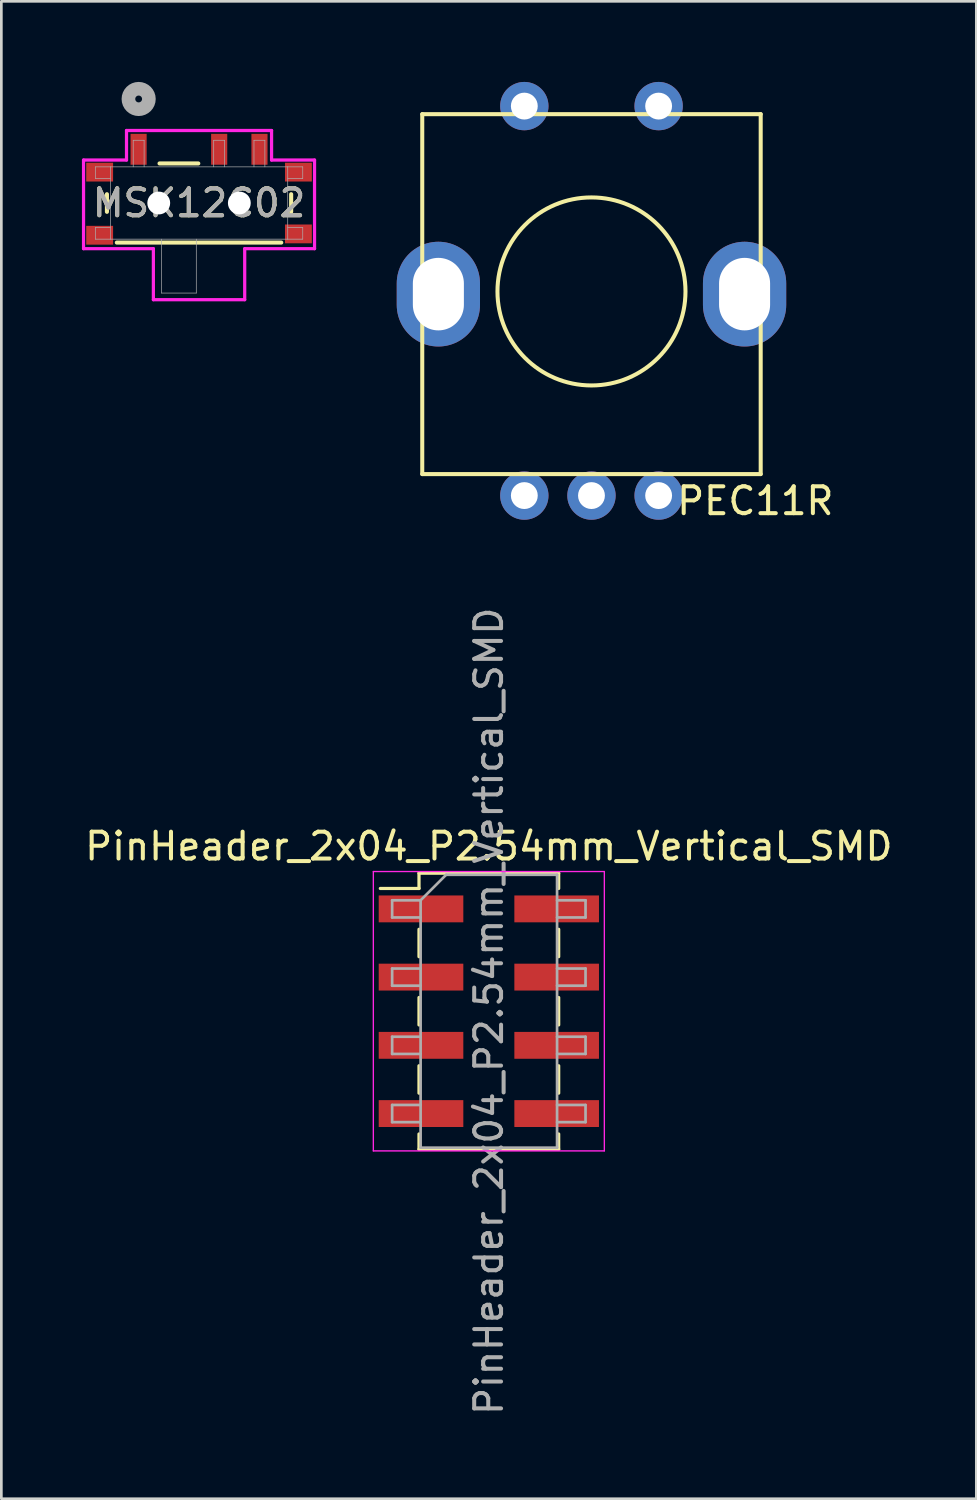
<source format=kicad_pcb>
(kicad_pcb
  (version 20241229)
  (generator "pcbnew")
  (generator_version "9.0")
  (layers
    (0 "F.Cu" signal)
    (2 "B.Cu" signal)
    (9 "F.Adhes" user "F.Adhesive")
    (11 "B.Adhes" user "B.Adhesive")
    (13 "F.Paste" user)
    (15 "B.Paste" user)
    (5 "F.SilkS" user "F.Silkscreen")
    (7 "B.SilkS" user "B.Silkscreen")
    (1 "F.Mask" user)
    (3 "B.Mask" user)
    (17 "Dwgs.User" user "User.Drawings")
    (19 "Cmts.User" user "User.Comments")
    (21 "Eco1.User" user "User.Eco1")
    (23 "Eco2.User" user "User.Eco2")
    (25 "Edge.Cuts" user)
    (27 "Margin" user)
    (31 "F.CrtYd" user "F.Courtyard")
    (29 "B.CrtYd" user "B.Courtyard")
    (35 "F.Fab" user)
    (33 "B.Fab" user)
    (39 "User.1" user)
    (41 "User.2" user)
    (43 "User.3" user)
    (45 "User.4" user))
  (footprint "PEC11R"
    (layer "F.Cu")
    (at 18.97 7.9)
    (property "Reference" "PEC11R" (at 6.1 7.7 0) (layer "F.SilkS") (effects (font (size 1 1) (thickness 0.15))))
    (attr through_hole)
    (fp_line (start -6.3 -6.7) (end 6.3 -6.7) (stroke (width 0.15) (type solid)) (layer "F.SilkS"))
    (fp_line (start -6.3 6.7) (end -6.3 -6.7) (stroke (width 0.15) (type solid)) (layer "F.SilkS"))
    (fp_line (start 6.3 -6.7) (end 6.3 6.7) (stroke (width 0.15) (type solid)) (layer "F.SilkS"))
    (fp_line (start 6.3 6.7) (end -6.3 6.7) (stroke (width 0.15) (type solid)) (layer "F.SilkS"))
    (fp_circle (center 0 -0.1) (end 0 3.4) (stroke (width 0.15) (type solid)) (fill no) (layer "F.SilkS"))
    (pad "A" thru_hole circle (at -2.5 7.5) (size 1.8 1.8) (drill 1) (layers "*.Cu" "*.Mask"))
    (pad "B" thru_hole circle (at 2.5 7.5) (size 1.8 1.8) (drill 1) (layers "*.Cu" "*.Mask"))
    (pad "C" thru_hole circle (at 0 7.5) (size 1.8 1.8) (drill 1) (layers "*.Cu" "*.Mask"))
    (pad "GND" thru_hole oval (at -5.7 0) (size 3.1 3.9) (drill oval 1.9 2.7) (layers "*.Cu" "*.Mask"))
    (pad "GND" thru_hole oval (at 5.7 0) (size 3.1 3.9) (drill oval 1.9 2.7) (layers "*.Cu" "*.Mask"))
    (pad "S1" thru_hole circle (at -2.5 -7) (size 1.8 1.8) (drill 1) (layers "*.Cu" "*.Mask"))
    (pad "S2" thru_hole circle (at 2.5 -7) (size 1.8 1.8) (drill 1) (layers "*.Cu" "*.Mask")))
  (footprint "PinHeader_2x04_P2.54mm_Vertical_SMD"
    (layer "F.Cu")
    (at 15.149 34.597)
    (property "Reference" "PinHeader_2x04_P2.54mm_Vertical_SMD" (at 0 -6.14 0) (layer "F.SilkS") (effects (font (size 1 1) (thickness 0.15))))
    (attr smd)
    (fp_line (start -4.04 -4.57) (end -2.6 -4.57) (stroke (width 0.12) (type solid)) (layer "F.SilkS"))
    (fp_line (start -2.6 -5.14) (end -2.6 -4.57) (stroke (width 0.12) (type solid)) (layer "F.SilkS"))
    (fp_line (start -2.6 -5.14) (end 2.6 -5.14) (stroke (width 0.12) (type solid)) (layer "F.SilkS"))
    (fp_line (start -2.6 -3.05) (end -2.6 -2.03) (stroke (width 0.12) (type solid)) (layer "F.SilkS"))
    (fp_line (start -2.6 -0.51) (end -2.6 0.51) (stroke (width 0.12) (type solid)) (layer "F.SilkS"))
    (fp_line (start -2.6 2.03) (end -2.6 3.05) (stroke (width 0.12) (type solid)) (layer "F.SilkS"))
    (fp_line (start -2.6 4.57) (end -2.6 5.14) (stroke (width 0.12) (type solid)) (layer "F.SilkS"))
    (fp_line (start -2.6 5.14) (end 2.6 5.14) (stroke (width 0.12) (type solid)) (layer "F.SilkS"))
    (fp_line (start 2.6 -5.14) (end 2.6 -4.57) (stroke (width 0.12) (type solid)) (layer "F.SilkS"))
    (fp_line (start 2.6 -3.05) (end 2.6 -2.03) (stroke (width 0.12) (type solid)) (layer "F.SilkS"))
    (fp_line (start 2.6 -0.51) (end 2.6 0.51) (stroke (width 0.12) (type solid)) (layer "F.SilkS"))
    (fp_line (start 2.6 2.03) (end 2.6 3.05) (stroke (width 0.12) (type solid)) (layer "F.SilkS"))
    (fp_line (start 2.6 4.57) (end 2.6 5.14) (stroke (width 0.12) (type solid)) (layer "F.SilkS"))
    (fp_line (start -4.3 -5.2) (end -4.3 5.2) (stroke (width 0.05) (type solid)) (layer "F.CrtYd"))
    (fp_line (start -4.3 5.2) (end 4.3 5.2) (stroke (width 0.05) (type solid)) (layer "F.CrtYd"))
    (fp_line (start 4.3 -5.2) (end -4.3 -5.2) (stroke (width 0.05) (type solid)) (layer "F.CrtYd"))
    (fp_line (start 4.3 5.2) (end 4.3 -5.2) (stroke (width 0.05) (type solid)) (layer "F.CrtYd"))
    (fp_line (start -3.6 -4.13) (end -3.6 -3.49) (stroke (width 0.1) (type solid)) (layer "F.Fab"))
    (fp_line (start -3.6 -3.49) (end -2.54 -3.49) (stroke (width 0.1) (type solid)) (layer "F.Fab"))
    (fp_line (start -3.6 -1.59) (end -3.6 -0.95) (stroke (width 0.1) (type solid)) (layer "F.Fab"))
    (fp_line (start -3.6 -0.95) (end -2.54 -0.95) (stroke (width 0.1) (type solid)) (layer "F.Fab"))
    (fp_line (start -3.6 0.95) (end -3.6 1.59) (stroke (width 0.1) (type solid)) (layer "F.Fab"))
    (fp_line (start -3.6 1.59) (end -2.54 1.59) (stroke (width 0.1) (type solid)) (layer "F.Fab"))
    (fp_line (start -3.6 3.49) (end -3.6 4.13) (stroke (width 0.1) (type solid)) (layer "F.Fab"))
    (fp_line (start -3.6 4.13) (end -2.54 4.13) (stroke (width 0.1) (type solid)) (layer "F.Fab"))
    (fp_line (start -2.54 -4.13) (end -3.6 -4.13) (stroke (width 0.1) (type solid)) (layer "F.Fab"))
    (fp_line (start -2.54 -4.13) (end -1.59 -5.08) (stroke (width 0.1) (type solid)) (layer "F.Fab"))
    (fp_line (start -2.54 -1.59) (end -3.6 -1.59) (stroke (width 0.1) (type solid)) (layer "F.Fab"))
    (fp_line (start -2.54 0.95) (end -3.6 0.95) (stroke (width 0.1) (type solid)) (layer "F.Fab"))
    (fp_line (start -2.54 3.49) (end -3.6 3.49) (stroke (width 0.1) (type solid)) (layer "F.Fab"))
    (fp_line (start -2.54 5.08) (end -2.54 -4.13) (stroke (width 0.1) (type solid)) (layer "F.Fab"))
    (fp_line (start -1.59 -5.08) (end 2.54 -5.08) (stroke (width 0.1) (type solid)) (layer "F.Fab"))
    (fp_line (start 2.54 -5.08) (end 2.54 5.08) (stroke (width 0.1) (type solid)) (layer "F.Fab"))
    (fp_line (start 2.54 -4.13) (end 3.6 -4.13) (stroke (width 0.1) (type solid)) (layer "F.Fab"))
    (fp_line (start 2.54 -1.59) (end 3.6 -1.59) (stroke (width 0.1) (type solid)) (layer "F.Fab"))
    (fp_line (start 2.54 0.95) (end 3.6 0.95) (stroke (width 0.1) (type solid)) (layer "F.Fab"))
    (fp_line (start 2.54 3.49) (end 3.6 3.49) (stroke (width 0.1) (type solid)) (layer "F.Fab"))
    (fp_line (start 2.54 5.08) (end -2.54 5.08) (stroke (width 0.1) (type solid)) (layer "F.Fab"))
    (fp_line (start 3.6 -4.13) (end 3.6 -3.49) (stroke (width 0.1) (type solid)) (layer "F.Fab"))
    (fp_line (start 3.6 -3.49) (end 2.54 -3.49) (stroke (width 0.1) (type solid)) (layer "F.Fab"))
    (fp_line (start 3.6 -1.59) (end 3.6 -0.95) (stroke (width 0.1) (type solid)) (layer "F.Fab"))
    (fp_line (start 3.6 -0.95) (end 2.54 -0.95) (stroke (width 0.1) (type solid)) (layer "F.Fab"))
    (fp_line (start 3.6 0.95) (end 3.6 1.59) (stroke (width 0.1) (type solid)) (layer "F.Fab"))
    (fp_line (start 3.6 1.59) (end 2.54 1.59) (stroke (width 0.1) (type solid)) (layer "F.Fab"))
    (fp_line (start 3.6 3.49) (end 3.6 4.13) (stroke (width 0.1) (type solid)) (layer "F.Fab"))
    (fp_line (start 3.6 4.13) (end 2.54 4.13) (stroke (width 0.1) (type solid)) (layer "F.Fab"))
    (fp_text user "${REFERENCE}" (at 0 0 90) (layer "F.Fab") (effects (font (size 1 1) (thickness 0.15))))
    (pad "1" smd rect (at -2.525 -3.81) (size 3.15 1) (layers "F.Cu" "F.Mask" "F.Paste"))
    (pad "2" smd rect (at 2.525 -3.81) (size 3.15 1) (layers "F.Cu" "F.Mask" "F.Paste"))
    (pad "3" smd rect (at -2.525 -1.27) (size 3.15 1) (layers "F.Cu" "F.Mask" "F.Paste"))
    (pad "4" smd rect (at 2.525 -1.27) (size 3.15 1) (layers "F.Cu" "F.Mask" "F.Paste"))
    (pad "5" smd rect (at -2.525 1.27) (size 3.15 1) (layers "F.Cu" "F.Mask" "F.Paste"))
    (pad "6" smd rect (at 2.525 1.27) (size 3.15 1) (layers "F.Cu" "F.Mask" "F.Paste"))
    (pad "7" smd rect (at -2.525 3.81) (size 3.15 1) (layers "F.Cu" "F.Mask" "F.Paste"))
    (pad "8" smd rect (at 2.525 3.81) (size 3.15 1) (layers "F.Cu" "F.Mask" "F.Paste")))
  (footprint "MSK12C02"
    (layer "F.Cu")
    (at 4.36 4.508)
    (property "Reference" "MSK12C02" (at 0 0 0) (unlocked yes) (layer "F.SilkS") (effects (font (size 1 1) (thickness 0.15))))
    (attr smd)
    (fp_line (start -3.429 -0.328) (end -3.429 0.328) (stroke (width 0.152) (type solid)) (layer "F.SilkS"))
    (fp_line (start -3.061 1.473) (end 3.061 1.473) (stroke (width 0.152) (type solid)) (layer "F.SilkS"))
    (fp_line (start -0.028 -1.473) (end -1.471 -1.473) (stroke (width 0.152) (type solid)) (layer "F.SilkS"))
    (fp_line (start 3.429 0.328) (end 3.429 -0.328) (stroke (width 0.152) (type solid)) (layer "F.SilkS"))
    (fp_line (start -4.3 -1.6) (end -2.7 -1.6) (stroke (width 0.12) (type default)) (layer "F.CrtYd"))
    (fp_line (start -4.3 1.7) (end -4.3 -1.6) (stroke (width 0.12) (type default)) (layer "F.CrtYd"))
    (fp_line (start -2.7 -2.7) (end 2.7 -2.7) (stroke (width 0.12) (type default)) (layer "F.CrtYd"))
    (fp_line (start -2.7 -1.6) (end -2.7 -2.7) (stroke (width 0.12) (type default)) (layer "F.CrtYd"))
    (fp_line (start -1.7 1.7) (end -4.3 1.7) (stroke (width 0.12) (type solid)) (layer "F.CrtYd"))
    (fp_line (start -1.7 3.6) (end -1.7 1.7) (stroke (width 0.12) (type solid)) (layer "F.CrtYd"))
    (fp_line (start -1.7 3.6) (end 1.7 3.6) (stroke (width 0.12) (type solid)) (layer "F.CrtYd"))
    (fp_line (start 1.7 1.7) (end 4.3 1.7) (stroke (width 0.12) (type solid)) (layer "F.CrtYd"))
    (fp_line (start 1.7 3.6) (end 1.7 1.7) (stroke (width 0.12) (type solid)) (layer "F.CrtYd"))
    (fp_line (start 2.7 -2.7) (end 2.7 -1.6) (stroke (width 0.12) (type default)) (layer "F.CrtYd"))
    (fp_line (start 2.7 -1.6) (end 4.3 -1.6) (stroke (width 0.12) (type default)) (layer "F.CrtYd"))
    (fp_line (start 4.3 -1.6) (end 4.3 1.7) (stroke (width 0.12) (type default)) (layer "F.CrtYd"))
    (fp_line (start -3.861 -1.346) (end -3.861 -0.914) (stroke (width 0.025) (type solid)) (layer "F.Fab"))
    (fp_line (start -3.861 0.914) (end -3.302 0.914) (stroke (width 0.025) (type solid)) (layer "F.Fab"))
    (fp_line (start -3.861 1.346) (end -3.861 0.914) (stroke (width 0.025) (type solid)) (layer "F.Fab"))
    (fp_line (start -3.302 -1.346) (end -3.861 -1.346) (stroke (width 0.025) (type solid)) (layer "F.Fab"))
    (fp_line (start -3.302 -1.346) (end -3.302 1.346) (stroke (width 0.025) (type solid)) (layer "F.Fab"))
    (fp_line (start -3.302 -0.914) (end -3.861 -0.914) (stroke (width 0.025) (type solid)) (layer "F.Fab"))
    (fp_line (start -3.302 1.346) (end -3.861 1.346) (stroke (width 0.025) (type solid)) (layer "F.Fab"))
    (fp_line (start -3.302 1.346) (end 3.302 1.346) (stroke (width 0.025) (type solid)) (layer "F.Fab"))
    (fp_line (start -2.451 -2.337) (end -2.045 -2.337) (stroke (width 0.025) (type solid)) (layer "F.Fab"))
    (fp_line (start -2.451 -1.346) (end -2.451 -2.337) (stroke (width 0.025) (type solid)) (layer "F.Fab"))
    (fp_line (start -2.045 -2.337) (end -2.045 -1.346) (stroke (width 0.025) (type solid)) (layer "F.Fab"))
    (fp_line (start -1.397 1.346) (end -1.397 3.353) (stroke (width 0.025) (type solid)) (layer "F.Fab"))
    (fp_line (start -1.397 3.353) (end -0.102 3.353) (stroke (width 0.025) (type solid)) (layer "F.Fab"))
    (fp_line (start -0.102 3.353) (end -0.102 1.346) (stroke (width 0.025) (type solid)) (layer "F.Fab"))
    (fp_line (start 0.546 -2.337) (end 0.953 -2.337) (stroke (width 0.025) (type solid)) (layer "F.Fab"))
    (fp_line (start 0.546 -1.346) (end 0.546 -2.337) (stroke (width 0.025) (type solid)) (layer "F.Fab"))
    (fp_line (start 0.953 -2.337) (end 0.953 -1.346) (stroke (width 0.025) (type solid)) (layer "F.Fab"))
    (fp_line (start 2.045 -2.337) (end 2.451 -2.337) (stroke (width 0.025) (type solid)) (layer "F.Fab"))
    (fp_line (start 2.045 -1.346) (end 2.045 -2.337) (stroke (width 0.025) (type solid)) (layer "F.Fab"))
    (fp_line (start 2.451 -2.337) (end 2.451 -1.346) (stroke (width 0.025) (type solid)) (layer "F.Fab"))
    (fp_line (start 3.302 -1.346) (end -3.302 -1.346) (stroke (width 0.025) (type solid)) (layer "F.Fab"))
    (fp_line (start 3.302 -0.914) (end 3.861 -0.914) (stroke (width 0.025) (type solid)) (layer "F.Fab"))
    (fp_line (start 3.302 1.346) (end 3.302 -1.346) (stroke (width 0.025) (type solid)) (layer "F.Fab"))
    (fp_line (start 3.302 1.346) (end 3.861 1.346) (stroke (width 0.025) (type solid)) (layer "F.Fab"))
    (fp_line (start 3.861 -1.346) (end 3.302 -1.346) (stroke (width 0.025) (type solid)) (layer "F.Fab"))
    (fp_line (start 3.861 -0.914) (end 3.861 -1.346) (stroke (width 0.025) (type solid)) (layer "F.Fab"))
    (fp_line (start 3.861 0.914) (end 3.302 0.914) (stroke (width 0.025) (type solid)) (layer "F.Fab"))
    (fp_line (start 3.861 1.346) (end 3.861 0.914) (stroke (width 0.025) (type solid)) (layer "F.Fab"))
    (fp_circle (center -2.248 -3.873) (end -1.867 -3.873) (stroke (width 0.508) (type solid)) (fill no) (layer "F.Fab"))
    (fp_text user "${REFERENCE}" (at 0 0 0) (unlocked yes) (layer "F.Fab") (effects (font (size 1 1) (thickness 0.15))))
    (pad "" np_thru_hole circle (at -1.5 0) (size 0.85 0.85) (drill 0.889) (layers "*.Cu" "*.Mask"))
    (pad "" np_thru_hole circle (at 1.5 0) (size 0.85 0.85) (drill 0.889) (layers "*.Cu" "*.Mask"))
    (pad "1" smd rect (at -2.25 -2) (size 0.6 1.15) (layers "F.Cu" "F.Mask" "F.Paste"))
    (pad "2" smd rect (at 0.75 -2) (size 0.6 1.15) (layers "F.Cu" "F.Mask" "F.Paste"))
    (pad "3" smd rect (at 2.25 -2) (size 0.6 1.15) (layers "F.Cu" "F.Mask" "F.Paste"))
    (pad "4" smd rect (at -3.7 -1.15) (size 1 0.7) (layers "F.Cu" "F.Mask" "F.Paste"))
    (pad "4" smd rect (at -3.7 1.2) (size 1 0.7) (layers "F.Cu" "F.Mask" "F.Paste"))
    (pad "4" smd rect (at 3.7 -1.15) (size 1 0.7) (layers "F.Cu" "F.Mask" "F.Paste"))
    (pad "4" smd rect (at 3.7 1.15) (size 1 0.7) (layers "F.Cu" "F.Mask" "F.Paste")))
  (gr_rect
    (start -3 -3)
    (end 33.298 52.746)
    (stroke (width 0.1) (type default))
    (fill no)
    (layer "Edge.Cuts")))
</source>
